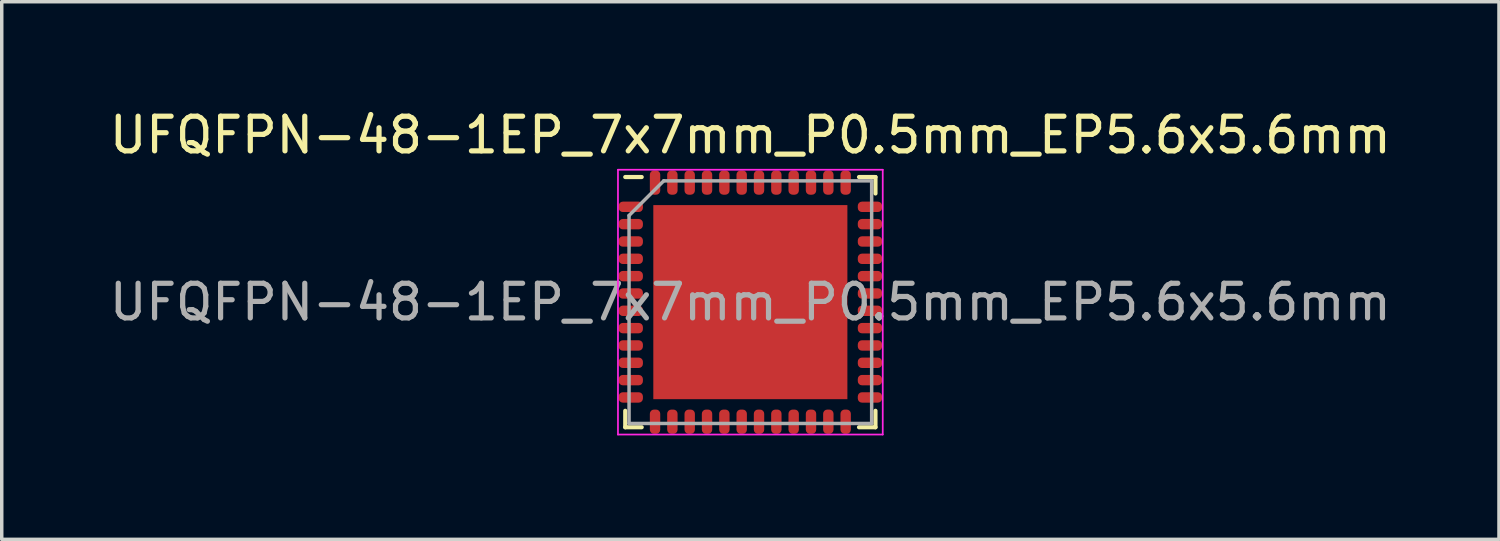
<source format=kicad_pcb>
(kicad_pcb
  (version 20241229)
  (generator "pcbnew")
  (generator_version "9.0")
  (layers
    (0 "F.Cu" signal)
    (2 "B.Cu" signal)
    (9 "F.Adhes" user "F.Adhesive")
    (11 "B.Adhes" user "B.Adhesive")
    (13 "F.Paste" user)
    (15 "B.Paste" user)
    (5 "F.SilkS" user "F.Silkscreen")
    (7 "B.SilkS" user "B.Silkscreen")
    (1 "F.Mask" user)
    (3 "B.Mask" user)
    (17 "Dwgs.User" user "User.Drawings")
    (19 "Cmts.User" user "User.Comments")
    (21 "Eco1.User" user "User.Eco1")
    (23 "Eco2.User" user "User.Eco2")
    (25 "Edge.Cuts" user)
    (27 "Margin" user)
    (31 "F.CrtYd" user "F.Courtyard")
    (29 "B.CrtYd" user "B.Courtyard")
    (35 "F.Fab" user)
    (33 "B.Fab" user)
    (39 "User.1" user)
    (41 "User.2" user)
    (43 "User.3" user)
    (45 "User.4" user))
  (footprint "UFQFPN-48-1EP_7x7mm_P0.5mm_EP5.6x5.6mm"
    (layer "F.Cu")
    (at 18.601 5.668)
    (property "Reference" "UFQFPN-48-1EP_7x7mm_P0.5mm_EP5.6x5.6mm" (at 0 -4.82 0) (layer "F.SilkS") (effects (font (size 1 1) (thickness 0.15))))
    (attr smd)
    (fp_line (start -3.61 3.61) (end -3.61 3.135) (stroke (width 0.12) (type solid)) (layer "F.SilkS"))
    (fp_line (start -3.135 -3.61) (end -3.61 -3.61) (stroke (width 0.12) (type solid)) (layer "F.SilkS"))
    (fp_line (start -3.135 3.61) (end -3.61 3.61) (stroke (width 0.12) (type solid)) (layer "F.SilkS"))
    (fp_line (start 3.135 -3.61) (end 3.61 -3.61) (stroke (width 0.12) (type solid)) (layer "F.SilkS"))
    (fp_line (start 3.135 3.61) (end 3.61 3.61) (stroke (width 0.12) (type solid)) (layer "F.SilkS"))
    (fp_line (start 3.61 -3.61) (end 3.61 -3.135) (stroke (width 0.12) (type solid)) (layer "F.SilkS"))
    (fp_line (start 3.61 3.61) (end 3.61 3.135) (stroke (width 0.12) (type solid)) (layer "F.SilkS"))
    (fp_line (start -3.82 -3.82) (end -3.82 3.82) (stroke (width 0.05) (type solid)) (layer "F.CrtYd"))
    (fp_line (start -3.82 3.82) (end 3.82 3.82) (stroke (width 0.05) (type solid)) (layer "F.CrtYd"))
    (fp_line (start 3.82 -3.82) (end -3.82 -3.82) (stroke (width 0.05) (type solid)) (layer "F.CrtYd"))
    (fp_line (start 3.82 3.82) (end 3.82 -3.82) (stroke (width 0.05) (type solid)) (layer "F.CrtYd"))
    (fp_line (start -3.5 -2.5) (end -2.5 -3.5) (stroke (width 0.1) (type solid)) (layer "F.Fab"))
    (fp_line (start -3.5 3.5) (end -3.5 -2.5) (stroke (width 0.1) (type solid)) (layer "F.Fab"))
    (fp_line (start -2.5 -3.5) (end 3.5 -3.5) (stroke (width 0.1) (type solid)) (layer "F.Fab"))
    (fp_line (start 3.5 -3.5) (end 3.5 3.5) (stroke (width 0.1) (type solid)) (layer "F.Fab"))
    (fp_line (start 3.5 3.5) (end -3.5 3.5) (stroke (width 0.1) (type solid)) (layer "F.Fab"))
    (fp_text user "${REFERENCE}" (at 0 0 0) (layer "F.Fab") (effects (font (size 1 1) (thickness 0.15))))
    (pad "" smd roundrect (at -2.1 -2.1) (size 1.13 1.13) (layers "F.Paste") (roundrect_rratio 0.221))
    (pad "" smd roundrect (at -2.1 -0.7) (size 1.13 1.13) (layers "F.Paste") (roundrect_rratio 0.221))
    (pad "" smd roundrect (at -2.1 0.7) (size 1.13 1.13) (layers "F.Paste") (roundrect_rratio 0.221))
    (pad "" smd roundrect (at -2.1 2.1) (size 1.13 1.13) (layers "F.Paste") (roundrect_rratio 0.221))
    (pad "" smd roundrect (at -0.7 -2.1) (size 1.13 1.13) (layers "F.Paste") (roundrect_rratio 0.221))
    (pad "" smd roundrect (at -0.7 -0.7) (size 1.13 1.13) (layers "F.Paste") (roundrect_rratio 0.221))
    (pad "" smd roundrect (at -0.7 0.7) (size 1.13 1.13) (layers "F.Paste") (roundrect_rratio 0.221))
    (pad "" smd roundrect (at -0.7 2.1) (size 1.13 1.13) (layers "F.Paste") (roundrect_rratio 0.221))
    (pad "" smd roundrect (at 0.7 -2.1) (size 1.13 1.13) (layers "F.Paste") (roundrect_rratio 0.221))
    (pad "" smd roundrect (at 0.7 -0.7) (size 1.13 1.13) (layers "F.Paste") (roundrect_rratio 0.221))
    (pad "" smd roundrect (at 0.7 0.7) (size 1.13 1.13) (layers "F.Paste") (roundrect_rratio 0.221))
    (pad "" smd roundrect (at 0.7 2.1) (size 1.13 1.13) (layers "F.Paste") (roundrect_rratio 0.221))
    (pad "" smd roundrect (at 2.1 -2.1) (size 1.13 1.13) (layers "F.Paste") (roundrect_rratio 0.221))
    (pad "" smd roundrect (at 2.1 -0.7) (size 1.13 1.13) (layers "F.Paste") (roundrect_rratio 0.221))
    (pad "" smd roundrect (at 2.1 0.7) (size 1.13 1.13) (layers "F.Paste") (roundrect_rratio 0.221))
    (pad "" smd roundrect (at 2.1 2.1) (size 1.13 1.13) (layers "F.Paste") (roundrect_rratio 0.221))
    (pad "1" smd roundrect (at -3.45 -2.75) (size 0.7 0.3) (layers "F.Cu" "F.Mask" "F.Paste") (roundrect_rratio 0.4))
    (pad "2" smd roundrect (at -3.45 -2.25) (size 0.7 0.3) (layers "F.Cu" "F.Mask" "F.Paste") (roundrect_rratio 0.4))
    (pad "3" smd roundrect (at -3.45 -1.75) (size 0.7 0.3) (layers "F.Cu" "F.Mask" "F.Paste") (roundrect_rratio 0.4))
    (pad "4" smd roundrect (at -3.45 -1.25) (size 0.7 0.3) (layers "F.Cu" "F.Mask" "F.Paste") (roundrect_rratio 0.4))
    (pad "5" smd roundrect (at -3.45 -0.75) (size 0.7 0.3) (layers "F.Cu" "F.Mask" "F.Paste") (roundrect_rratio 0.4))
    (pad "6" smd roundrect (at -3.45 -0.25) (size 0.7 0.3) (layers "F.Cu" "F.Mask" "F.Paste") (roundrect_rratio 0.4))
    (pad "7" smd roundrect (at -3.45 0.25) (size 0.7 0.3) (layers "F.Cu" "F.Mask" "F.Paste") (roundrect_rratio 0.4))
    (pad "8" smd roundrect (at -3.45 0.75) (size 0.7 0.3) (layers "F.Cu" "F.Mask" "F.Paste") (roundrect_rratio 0.4))
    (pad "9" smd roundrect (at -3.45 1.25) (size 0.7 0.3) (layers "F.Cu" "F.Mask" "F.Paste") (roundrect_rratio 0.4))
    (pad "10" smd roundrect (at -3.45 1.75) (size 0.7 0.3) (layers "F.Cu" "F.Mask" "F.Paste") (roundrect_rratio 0.4))
    (pad "11" smd roundrect (at -3.45 2.25) (size 0.7 0.3) (layers "F.Cu" "F.Mask" "F.Paste") (roundrect_rratio 0.4))
    (pad "12" smd roundrect (at -3.45 2.75) (size 0.7 0.3) (layers "F.Cu" "F.Mask" "F.Paste") (roundrect_rratio 0.4))
    (pad "13" smd roundrect (at -2.75 3.45) (size 0.3 0.7) (layers "F.Cu" "F.Mask" "F.Paste") (roundrect_rratio 0.4))
    (pad "14" smd roundrect (at -2.25 3.45) (size 0.3 0.7) (layers "F.Cu" "F.Mask" "F.Paste") (roundrect_rratio 0.4))
    (pad "15" smd roundrect (at -1.75 3.45) (size 0.3 0.7) (layers "F.Cu" "F.Mask" "F.Paste") (roundrect_rratio 0.4))
    (pad "16" smd roundrect (at -1.25 3.45) (size 0.3 0.7) (layers "F.Cu" "F.Mask" "F.Paste") (roundrect_rratio 0.4))
    (pad "17" smd roundrect (at -0.75 3.45) (size 0.3 0.7) (layers "F.Cu" "F.Mask" "F.Paste") (roundrect_rratio 0.4))
    (pad "18" smd roundrect (at -0.25 3.45) (size 0.3 0.7) (layers "F.Cu" "F.Mask" "F.Paste") (roundrect_rratio 0.4))
    (pad "19" smd roundrect (at 0.25 3.45) (size 0.3 0.7) (layers "F.Cu" "F.Mask" "F.Paste") (roundrect_rratio 0.4))
    (pad "20" smd roundrect (at 0.75 3.45) (size 0.3 0.7) (layers "F.Cu" "F.Mask" "F.Paste") (roundrect_rratio 0.4))
    (pad "21" smd roundrect (at 1.25 3.45) (size 0.3 0.7) (layers "F.Cu" "F.Mask" "F.Paste") (roundrect_rratio 0.4))
    (pad "22" smd roundrect (at 1.75 3.45) (size 0.3 0.7) (layers "F.Cu" "F.Mask" "F.Paste") (roundrect_rratio 0.4))
    (pad "23" smd roundrect (at 2.25 3.45) (size 0.3 0.7) (layers "F.Cu" "F.Mask" "F.Paste") (roundrect_rratio 0.4))
    (pad "24" smd roundrect (at 2.75 3.45) (size 0.3 0.7) (layers "F.Cu" "F.Mask" "F.Paste") (roundrect_rratio 0.4))
    (pad "25" smd roundrect (at 3.45 2.75) (size 0.7 0.3) (layers "F.Cu" "F.Mask" "F.Paste") (roundrect_rratio 0.4))
    (pad "26" smd roundrect (at 3.45 2.25) (size 0.7 0.3) (layers "F.Cu" "F.Mask" "F.Paste") (roundrect_rratio 0.4))
    (pad "27" smd roundrect (at 3.45 1.75) (size 0.7 0.3) (layers "F.Cu" "F.Mask" "F.Paste") (roundrect_rratio 0.4))
    (pad "28" smd roundrect (at 3.45 1.25) (size 0.7 0.3) (layers "F.Cu" "F.Mask" "F.Paste") (roundrect_rratio 0.4))
    (pad "29" smd roundrect (at 3.45 0.75) (size 0.7 0.3) (layers "F.Cu" "F.Mask" "F.Paste") (roundrect_rratio 0.4))
    (pad "30" smd roundrect (at 3.45 0.25) (size 0.7 0.3) (layers "F.Cu" "F.Mask" "F.Paste") (roundrect_rratio 0.4))
    (pad "31" smd roundrect (at 3.45 -0.25) (size 0.7 0.3) (layers "F.Cu" "F.Mask" "F.Paste") (roundrect_rratio 0.4))
    (pad "32" smd roundrect (at 3.45 -0.75) (size 0.7 0.3) (layers "F.Cu" "F.Mask" "F.Paste") (roundrect_rratio 0.4))
    (pad "33" smd roundrect (at 3.45 -1.25) (size 0.7 0.3) (layers "F.Cu" "F.Mask" "F.Paste") (roundrect_rratio 0.4))
    (pad "34" smd roundrect (at 3.45 -1.75) (size 0.7 0.3) (layers "F.Cu" "F.Mask" "F.Paste") (roundrect_rratio 0.4))
    (pad "35" smd roundrect (at 3.45 -2.25) (size 0.7 0.3) (layers "F.Cu" "F.Mask" "F.Paste") (roundrect_rratio 0.4))
    (pad "36" smd roundrect (at 3.45 -2.75) (size 0.7 0.3) (layers "F.Cu" "F.Mask" "F.Paste") (roundrect_rratio 0.4))
    (pad "37" smd roundrect (at 2.75 -3.45) (size 0.3 0.7) (layers "F.Cu" "F.Mask" "F.Paste") (roundrect_rratio 0.4))
    (pad "38" smd roundrect (at 2.25 -3.45) (size 0.3 0.7) (layers "F.Cu" "F.Mask" "F.Paste") (roundrect_rratio 0.4))
    (pad "39" smd roundrect (at 1.75 -3.45) (size 0.3 0.7) (layers "F.Cu" "F.Mask" "F.Paste") (roundrect_rratio 0.4))
    (pad "40" smd roundrect (at 1.25 -3.45) (size 0.3 0.7) (layers "F.Cu" "F.Mask" "F.Paste") (roundrect_rratio 0.4))
    (pad "41" smd roundrect (at 0.75 -3.45) (size 0.3 0.7) (layers "F.Cu" "F.Mask" "F.Paste") (roundrect_rratio 0.4))
    (pad "42" smd roundrect (at 0.25 -3.45) (size 0.3 0.7) (layers "F.Cu" "F.Mask" "F.Paste") (roundrect_rratio 0.4))
    (pad "43" smd roundrect (at -0.25 -3.45) (size 0.3 0.7) (layers "F.Cu" "F.Mask" "F.Paste") (roundrect_rratio 0.4))
    (pad "44" smd roundrect (at -0.75 -3.45) (size 0.3 0.7) (layers "F.Cu" "F.Mask" "F.Paste") (roundrect_rratio 0.4))
    (pad "45" smd roundrect (at -1.25 -3.45) (size 0.3 0.7) (layers "F.Cu" "F.Mask" "F.Paste") (roundrect_rratio 0.4))
    (pad "46" smd roundrect (at -1.75 -3.45) (size 0.3 0.7) (layers "F.Cu" "F.Mask" "F.Paste") (roundrect_rratio 0.4))
    (pad "47" smd roundrect (at -2.25 -3.45) (size 0.3 0.7) (layers "F.Cu" "F.Mask" "F.Paste") (roundrect_rratio 0.4))
    (pad "48" smd roundrect (at -2.75 -3.45) (size 0.3 0.7) (layers "F.Cu" "F.Mask" "F.Paste") (roundrect_rratio 0.4))
    (pad "49" smd rect (at 0 0) (size 5.6 5.6) (layers "F.Cu" "F.Mask")))
  (gr_rect
    (start -3 -3)
    (end 40.202 12.513)
    (stroke (width 0.1) (type default))
    (fill no)
    (layer "Edge.Cuts")))
</source>
